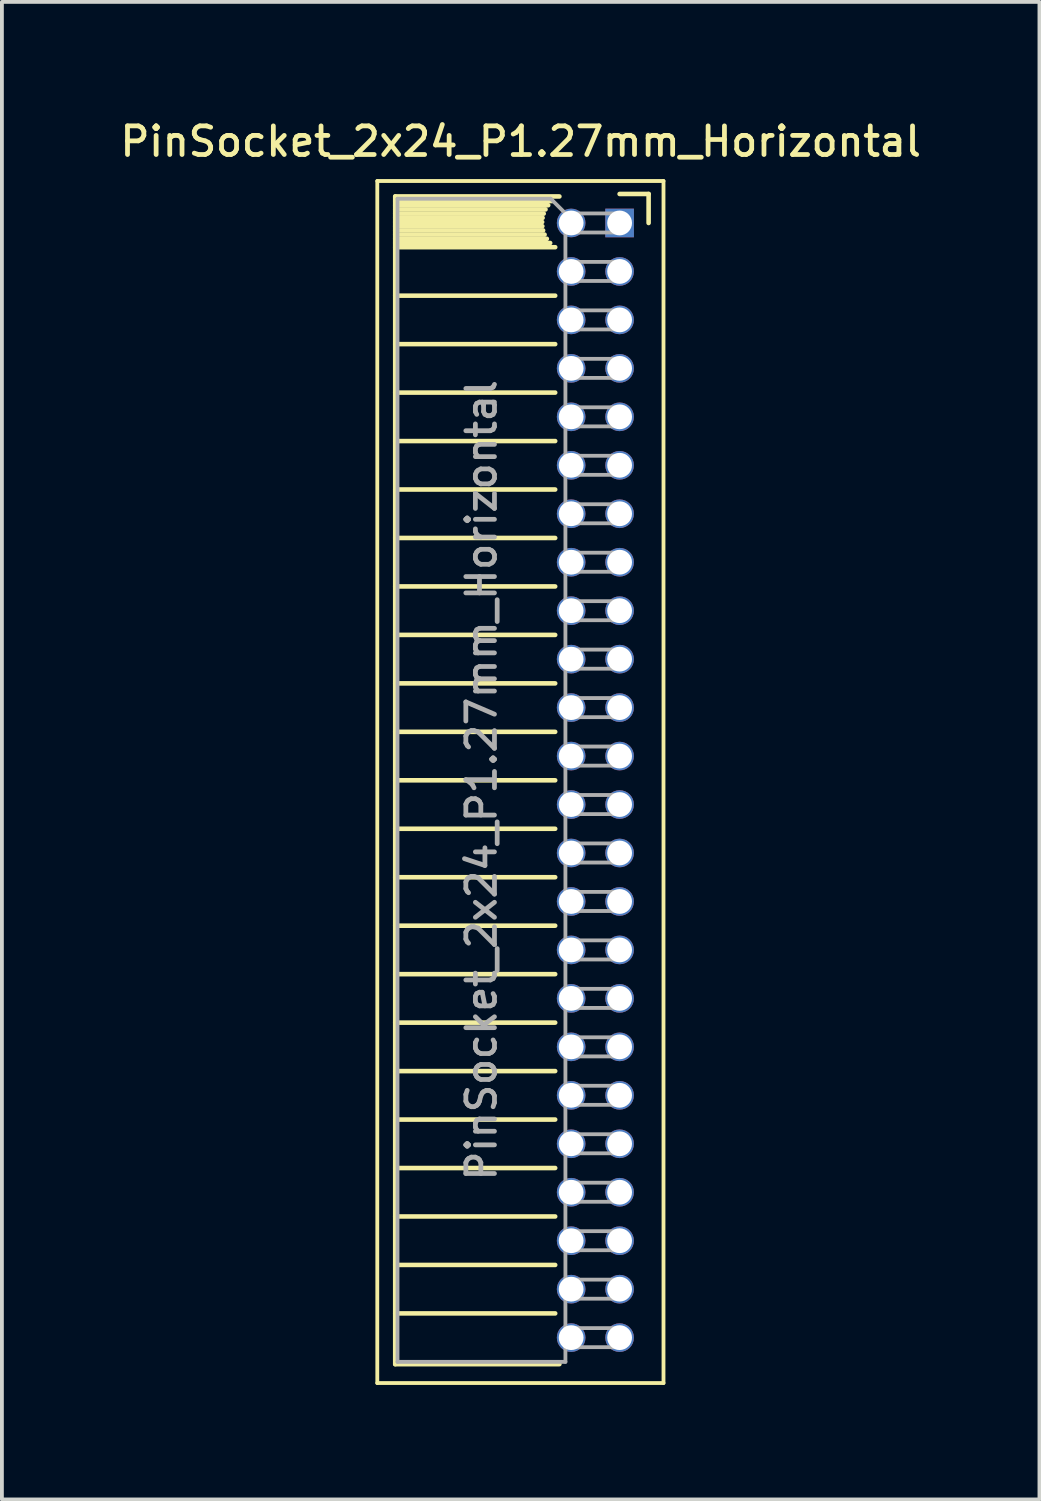
<source format=kicad_pcb>
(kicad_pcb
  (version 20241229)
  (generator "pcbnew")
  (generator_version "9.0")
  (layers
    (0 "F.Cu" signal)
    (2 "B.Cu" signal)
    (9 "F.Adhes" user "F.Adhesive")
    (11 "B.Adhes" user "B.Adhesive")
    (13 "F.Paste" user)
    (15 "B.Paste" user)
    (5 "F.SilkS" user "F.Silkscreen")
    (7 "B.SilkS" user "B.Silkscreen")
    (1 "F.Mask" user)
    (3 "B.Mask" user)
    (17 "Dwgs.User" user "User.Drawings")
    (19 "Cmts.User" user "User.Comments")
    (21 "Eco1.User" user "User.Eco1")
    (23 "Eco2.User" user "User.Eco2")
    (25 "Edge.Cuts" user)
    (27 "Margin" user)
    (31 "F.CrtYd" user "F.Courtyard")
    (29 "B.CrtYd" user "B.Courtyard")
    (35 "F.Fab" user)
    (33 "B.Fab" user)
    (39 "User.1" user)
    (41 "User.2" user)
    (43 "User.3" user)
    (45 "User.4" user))
  (footprint "PinSocket_2x24_P1.27mm_Horizontal"
    (layer "F.Cu")
    (at 13.187 2.793)
    (property "Reference" "PinSocket_2x24_P1.27mm_Horizontal" (at -2.592 -2.135 0) (layer "F.SilkS") (effects (font (size 0.75 0.75) (thickness 0.125))))
    (attr through_hole)
    (fp_line (start -6.35 -1.1) (end -6.35 30.4) (stroke (width 0.1) (type solid)) (layer "F.SilkS"))
    (fp_line (start -6.35 30.4) (end 1.15 30.4) (stroke (width 0.1) (type solid)) (layer "F.SilkS"))
    (fp_line (start -5.88 -0.695) (end -5.88 29.905) (stroke (width 0.12) (type solid)) (layer "F.SilkS"))
    (fp_line (start -5.88 -0.695) (end -1.578 -0.695) (stroke (width 0.12) (type solid)) (layer "F.SilkS"))
    (fp_line (start -5.88 -0.575) (end -1.767 -0.575) (stroke (width 0.12) (type solid)) (layer "F.SilkS"))
    (fp_line (start -5.88 -0.465) (end -1.871 -0.465) (stroke (width 0.12) (type solid)) (layer "F.SilkS"))
    (fp_line (start -5.88 -0.355) (end -1.942 -0.355) (stroke (width 0.12) (type solid)) (layer "F.SilkS"))
    (fp_line (start -5.88 -0.245) (end -1.989 -0.245) (stroke (width 0.12) (type solid)) (layer "F.SilkS"))
    (fp_line (start -5.88 -0.135) (end -2.018 -0.135) (stroke (width 0.12) (type solid)) (layer "F.SilkS"))
    (fp_line (start -5.88 -0.025) (end -2.03 -0.025) (stroke (width 0.12) (type solid)) (layer "F.SilkS"))
    (fp_line (start -5.88 0.085) (end -2.025 0.085) (stroke (width 0.12) (type solid)) (layer "F.SilkS"))
    (fp_line (start -5.88 0.195) (end -2.005 0.195) (stroke (width 0.12) (type solid)) (layer "F.SilkS"))
    (fp_line (start -5.88 0.305) (end -1.966 0.305) (stroke (width 0.12) (type solid)) (layer "F.SilkS"))
    (fp_line (start -5.88 0.415) (end -1.907 0.415) (stroke (width 0.12) (type solid)) (layer "F.SilkS"))
    (fp_line (start -5.88 0.525) (end -1.82 0.525) (stroke (width 0.12) (type solid)) (layer "F.SilkS"))
    (fp_line (start -5.88 0.635) (end -1.688 0.635) (stroke (width 0.12) (type solid)) (layer "F.SilkS"))
    (fp_line (start -5.88 1.905) (end -1.688 1.905) (stroke (width 0.12) (type solid)) (layer "F.SilkS"))
    (fp_line (start -5.88 3.175) (end -1.688 3.175) (stroke (width 0.12) (type solid)) (layer "F.SilkS"))
    (fp_line (start -5.88 4.445) (end -1.688 4.445) (stroke (width 0.12) (type solid)) (layer "F.SilkS"))
    (fp_line (start -5.88 5.715) (end -1.688 5.715) (stroke (width 0.12) (type solid)) (layer "F.SilkS"))
    (fp_line (start -5.88 6.985) (end -1.688 6.985) (stroke (width 0.12) (type solid)) (layer "F.SilkS"))
    (fp_line (start -5.88 8.255) (end -1.688 8.255) (stroke (width 0.12) (type solid)) (layer "F.SilkS"))
    (fp_line (start -5.88 9.525) (end -1.688 9.525) (stroke (width 0.12) (type solid)) (layer "F.SilkS"))
    (fp_line (start -5.88 10.795) (end -1.688 10.795) (stroke (width 0.12) (type solid)) (layer "F.SilkS"))
    (fp_line (start -5.88 12.065) (end -1.688 12.065) (stroke (width 0.12) (type solid)) (layer "F.SilkS"))
    (fp_line (start -5.88 13.335) (end -1.688 13.335) (stroke (width 0.12) (type solid)) (layer "F.SilkS"))
    (fp_line (start -5.88 14.605) (end -1.688 14.605) (stroke (width 0.12) (type solid)) (layer "F.SilkS"))
    (fp_line (start -5.88 15.875) (end -1.688 15.875) (stroke (width 0.12) (type solid)) (layer "F.SilkS"))
    (fp_line (start -5.88 17.145) (end -1.688 17.145) (stroke (width 0.12) (type solid)) (layer "F.SilkS"))
    (fp_line (start -5.88 18.415) (end -1.688 18.415) (stroke (width 0.12) (type solid)) (layer "F.SilkS"))
    (fp_line (start -5.88 19.685) (end -1.688 19.685) (stroke (width 0.12) (type solid)) (layer "F.SilkS"))
    (fp_line (start -5.88 20.955) (end -1.688 20.955) (stroke (width 0.12) (type solid)) (layer "F.SilkS"))
    (fp_line (start -5.88 22.225) (end -1.688 22.225) (stroke (width 0.12) (type solid)) (layer "F.SilkS"))
    (fp_line (start -5.88 23.495) (end -1.688 23.495) (stroke (width 0.12) (type solid)) (layer "F.SilkS"))
    (fp_line (start -5.88 24.765) (end -1.688 24.765) (stroke (width 0.12) (type solid)) (layer "F.SilkS"))
    (fp_line (start -5.88 26.035) (end -1.688 26.035) (stroke (width 0.12) (type solid)) (layer "F.SilkS"))
    (fp_line (start -5.88 27.305) (end -1.688 27.305) (stroke (width 0.12) (type solid)) (layer "F.SilkS"))
    (fp_line (start -5.88 28.575) (end -1.688 28.575) (stroke (width 0.12) (type solid)) (layer "F.SilkS"))
    (fp_line (start -5.88 29.905) (end -1.578 29.905) (stroke (width 0.12) (type solid)) (layer "F.SilkS"))
    (fp_line (start 0 -0.76) (end 0.76 -0.76) (stroke (width 0.12) (type solid)) (layer "F.SilkS"))
    (fp_line (start 0.76 -0.76) (end 0.76 0) (stroke (width 0.12) (type solid)) (layer "F.SilkS"))
    (fp_line (start 1.15 -1.1) (end -6.35 -1.1) (stroke (width 0.1) (type solid)) (layer "F.SilkS"))
    (fp_line (start 1.15 30.4) (end 1.15 -1.1) (stroke (width 0.1) (type solid)) (layer "F.SilkS"))
    (fp_line (start -5.82 -0.635) (end -1.805 -0.635) (stroke (width 0.1) (type solid)) (layer "F.Fab"))
    (fp_line (start -5.82 29.845) (end -5.82 -0.635) (stroke (width 0.1) (type solid)) (layer "F.Fab"))
    (fp_line (start -1.805 -0.635) (end -1.42 -0.25) (stroke (width 0.1) (type solid)) (layer "F.Fab"))
    (fp_line (start -1.42 -0.25) (end -1.42 29.845) (stroke (width 0.1) (type solid)) (layer "F.Fab"))
    (fp_line (start -1.42 0.25) (end 0 0.25) (stroke (width 0.1) (type solid)) (layer "F.Fab"))
    (fp_line (start -1.42 1.52) (end 0 1.52) (stroke (width 0.1) (type solid)) (layer "F.Fab"))
    (fp_line (start -1.42 2.79) (end 0 2.79) (stroke (width 0.1) (type solid)) (layer "F.Fab"))
    (fp_line (start -1.42 4.06) (end 0 4.06) (stroke (width 0.1) (type solid)) (layer "F.Fab"))
    (fp_line (start -1.42 5.33) (end 0 5.33) (stroke (width 0.1) (type solid)) (layer "F.Fab"))
    (fp_line (start -1.42 6.6) (end 0 6.6) (stroke (width 0.1) (type solid)) (layer "F.Fab"))
    (fp_line (start -1.42 7.87) (end 0 7.87) (stroke (width 0.1) (type solid)) (layer "F.Fab"))
    (fp_line (start -1.42 9.14) (end 0 9.14) (stroke (width 0.1) (type solid)) (layer "F.Fab"))
    (fp_line (start -1.42 10.41) (end 0 10.41) (stroke (width 0.1) (type solid)) (layer "F.Fab"))
    (fp_line (start -1.42 11.68) (end 0 11.68) (stroke (width 0.1) (type solid)) (layer "F.Fab"))
    (fp_line (start -1.42 12.95) (end 0 12.95) (stroke (width 0.1) (type solid)) (layer "F.Fab"))
    (fp_line (start -1.42 14.22) (end 0 14.22) (stroke (width 0.1) (type solid)) (layer "F.Fab"))
    (fp_line (start -1.42 15.49) (end 0 15.49) (stroke (width 0.1) (type solid)) (layer "F.Fab"))
    (fp_line (start -1.42 16.76) (end 0 16.76) (stroke (width 0.1) (type solid)) (layer "F.Fab"))
    (fp_line (start -1.42 18.03) (end 0 18.03) (stroke (width 0.1) (type solid)) (layer "F.Fab"))
    (fp_line (start -1.42 19.3) (end 0 19.3) (stroke (width 0.1) (type solid)) (layer "F.Fab"))
    (fp_line (start -1.42 20.57) (end 0 20.57) (stroke (width 0.1) (type solid)) (layer "F.Fab"))
    (fp_line (start -1.42 21.84) (end 0 21.84) (stroke (width 0.1) (type solid)) (layer "F.Fab"))
    (fp_line (start -1.42 23.11) (end 0 23.11) (stroke (width 0.1) (type solid)) (layer "F.Fab"))
    (fp_line (start -1.42 24.38) (end 0 24.38) (stroke (width 0.1) (type solid)) (layer "F.Fab"))
    (fp_line (start -1.42 25.65) (end 0 25.65) (stroke (width 0.1) (type solid)) (layer "F.Fab"))
    (fp_line (start -1.42 26.92) (end 0 26.92) (stroke (width 0.1) (type solid)) (layer "F.Fab"))
    (fp_line (start -1.42 28.19) (end 0 28.19) (stroke (width 0.1) (type solid)) (layer "F.Fab"))
    (fp_line (start -1.42 29.46) (end 0 29.46) (stroke (width 0.1) (type solid)) (layer "F.Fab"))
    (fp_line (start -1.42 29.845) (end -5.82 29.845) (stroke (width 0.1) (type solid)) (layer "F.Fab"))
    (fp_line (start 0 -0.25) (end -1.42 -0.25) (stroke (width 0.1) (type solid)) (layer "F.Fab"))
    (fp_line (start 0 0.25) (end 0 -0.25) (stroke (width 0.1) (type solid)) (layer "F.Fab"))
    (fp_line (start 0 1.02) (end -1.42 1.02) (stroke (width 0.1) (type solid)) (layer "F.Fab"))
    (fp_line (start 0 1.52) (end 0 1.02) (stroke (width 0.1) (type solid)) (layer "F.Fab"))
    (fp_line (start 0 2.29) (end -1.42 2.29) (stroke (width 0.1) (type solid)) (layer "F.Fab"))
    (fp_line (start 0 2.79) (end 0 2.29) (stroke (width 0.1) (type solid)) (layer "F.Fab"))
    (fp_line (start 0 3.56) (end -1.42 3.56) (stroke (width 0.1) (type solid)) (layer "F.Fab"))
    (fp_line (start 0 4.06) (end 0 3.56) (stroke (width 0.1) (type solid)) (layer "F.Fab"))
    (fp_line (start 0 4.83) (end -1.42 4.83) (stroke (width 0.1) (type solid)) (layer "F.Fab"))
    (fp_line (start 0 5.33) (end 0 4.83) (stroke (width 0.1) (type solid)) (layer "F.Fab"))
    (fp_line (start 0 6.1) (end -1.42 6.1) (stroke (width 0.1) (type solid)) (layer "F.Fab"))
    (fp_line (start 0 6.6) (end 0 6.1) (stroke (width 0.1) (type solid)) (layer "F.Fab"))
    (fp_line (start 0 7.37) (end -1.42 7.37) (stroke (width 0.1) (type solid)) (layer "F.Fab"))
    (fp_line (start 0 7.87) (end 0 7.37) (stroke (width 0.1) (type solid)) (layer "F.Fab"))
    (fp_line (start 0 8.64) (end -1.42 8.64) (stroke (width 0.1) (type solid)) (layer "F.Fab"))
    (fp_line (start 0 9.14) (end 0 8.64) (stroke (width 0.1) (type solid)) (layer "F.Fab"))
    (fp_line (start 0 9.91) (end -1.42 9.91) (stroke (width 0.1) (type solid)) (layer "F.Fab"))
    (fp_line (start 0 10.41) (end 0 9.91) (stroke (width 0.1) (type solid)) (layer "F.Fab"))
    (fp_line (start 0 11.18) (end -1.42 11.18) (stroke (width 0.1) (type solid)) (layer "F.Fab"))
    (fp_line (start 0 11.68) (end 0 11.18) (stroke (width 0.1) (type solid)) (layer "F.Fab"))
    (fp_line (start 0 12.45) (end -1.42 12.45) (stroke (width 0.1) (type solid)) (layer "F.Fab"))
    (fp_line (start 0 12.95) (end 0 12.45) (stroke (width 0.1) (type solid)) (layer "F.Fab"))
    (fp_line (start 0 13.72) (end -1.42 13.72) (stroke (width 0.1) (type solid)) (layer "F.Fab"))
    (fp_line (start 0 14.22) (end 0 13.72) (stroke (width 0.1) (type solid)) (layer "F.Fab"))
    (fp_line (start 0 14.99) (end -1.42 14.99) (stroke (width 0.1) (type solid)) (layer "F.Fab"))
    (fp_line (start 0 15.49) (end 0 14.99) (stroke (width 0.1) (type solid)) (layer "F.Fab"))
    (fp_line (start 0 16.26) (end -1.42 16.26) (stroke (width 0.1) (type solid)) (layer "F.Fab"))
    (fp_line (start 0 16.76) (end 0 16.26) (stroke (width 0.1) (type solid)) (layer "F.Fab"))
    (fp_line (start 0 17.53) (end -1.42 17.53) (stroke (width 0.1) (type solid)) (layer "F.Fab"))
    (fp_line (start 0 18.03) (end 0 17.53) (stroke (width 0.1) (type solid)) (layer "F.Fab"))
    (fp_line (start 0 18.8) (end -1.42 18.8) (stroke (width 0.1) (type solid)) (layer "F.Fab"))
    (fp_line (start 0 19.3) (end 0 18.8) (stroke (width 0.1) (type solid)) (layer "F.Fab"))
    (fp_line (start 0 20.07) (end -1.42 20.07) (stroke (width 0.1) (type solid)) (layer "F.Fab"))
    (fp_line (start 0 20.57) (end 0 20.07) (stroke (width 0.1) (type solid)) (layer "F.Fab"))
    (fp_line (start 0 21.34) (end -1.42 21.34) (stroke (width 0.1) (type solid)) (layer "F.Fab"))
    (fp_line (start 0 21.84) (end 0 21.34) (stroke (width 0.1) (type solid)) (layer "F.Fab"))
    (fp_line (start 0 22.61) (end -1.42 22.61) (stroke (width 0.1) (type solid)) (layer "F.Fab"))
    (fp_line (start 0 23.11) (end 0 22.61) (stroke (width 0.1) (type solid)) (layer "F.Fab"))
    (fp_line (start 0 23.88) (end -1.42 23.88) (stroke (width 0.1) (type solid)) (layer "F.Fab"))
    (fp_line (start 0 24.38) (end 0 23.88) (stroke (width 0.1) (type solid)) (layer "F.Fab"))
    (fp_line (start 0 25.15) (end -1.42 25.15) (stroke (width 0.1) (type solid)) (layer "F.Fab"))
    (fp_line (start 0 25.65) (end 0 25.15) (stroke (width 0.1) (type solid)) (layer "F.Fab"))
    (fp_line (start 0 26.42) (end -1.42 26.42) (stroke (width 0.1) (type solid)) (layer "F.Fab"))
    (fp_line (start 0 26.92) (end 0 26.42) (stroke (width 0.1) (type solid)) (layer "F.Fab"))
    (fp_line (start 0 27.69) (end -1.42 27.69) (stroke (width 0.1) (type solid)) (layer "F.Fab"))
    (fp_line (start 0 28.19) (end 0 27.69) (stroke (width 0.1) (type solid)) (layer "F.Fab"))
    (fp_line (start 0 28.96) (end -1.42 28.96) (stroke (width 0.1) (type solid)) (layer "F.Fab"))
    (fp_line (start 0 29.46) (end 0 28.96) (stroke (width 0.1) (type solid)) (layer "F.Fab"))
    (fp_text user "${REFERENCE}" (at -3.62 14.605 90) (layer "F.Fab") (effects (font (size 0.75 0.75) (thickness 0.125))))
    (pad "1" thru_hole rect (at 0 0) (size 0.75 0.75) (drill 0.65) (layers "*.Cu" "*.Mask"))
    (pad "2" thru_hole oval (at -1.27 0) (size 0.75 0.75) (drill 0.65) (layers "*.Cu" "*.Mask"))
    (pad "3" thru_hole oval (at 0 1.27) (size 0.75 0.75) (drill 0.65) (layers "*.Cu" "*.Mask"))
    (pad "4" thru_hole oval (at -1.27 1.27) (size 0.75 0.75) (drill 0.65) (layers "*.Cu" "*.Mask"))
    (pad "5" thru_hole oval (at 0 2.54) (size 0.75 0.75) (drill 0.65) (layers "*.Cu" "*.Mask"))
    (pad "6" thru_hole oval (at -1.27 2.54) (size 0.75 0.75) (drill 0.65) (layers "*.Cu" "*.Mask"))
    (pad "7" thru_hole oval (at 0 3.81) (size 0.75 0.75) (drill 0.65) (layers "*.Cu" "*.Mask"))
    (pad "8" thru_hole oval (at -1.27 3.81) (size 0.75 0.75) (drill 0.65) (layers "*.Cu" "*.Mask"))
    (pad "9" thru_hole oval (at 0 5.08) (size 0.75 0.75) (drill 0.65) (layers "*.Cu" "*.Mask"))
    (pad "10" thru_hole oval (at -1.27 5.08) (size 0.75 0.75) (drill 0.65) (layers "*.Cu" "*.Mask"))
    (pad "11" thru_hole oval (at 0 6.35) (size 0.75 0.75) (drill 0.65) (layers "*.Cu" "*.Mask"))
    (pad "12" thru_hole oval (at -1.27 6.35) (size 0.75 0.75) (drill 0.65) (layers "*.Cu" "*.Mask"))
    (pad "13" thru_hole oval (at 0 7.62) (size 0.75 0.75) (drill 0.65) (layers "*.Cu" "*.Mask"))
    (pad "14" thru_hole oval (at -1.27 7.62) (size 0.75 0.75) (drill 0.65) (layers "*.Cu" "*.Mask"))
    (pad "15" thru_hole oval (at 0 8.89) (size 0.75 0.75) (drill 0.65) (layers "*.Cu" "*.Mask"))
    (pad "16" thru_hole oval (at -1.27 8.89) (size 0.75 0.75) (drill 0.65) (layers "*.Cu" "*.Mask"))
    (pad "17" thru_hole oval (at 0 10.16) (size 0.75 0.75) (drill 0.65) (layers "*.Cu" "*.Mask"))
    (pad "18" thru_hole oval (at -1.27 10.16) (size 0.75 0.75) (drill 0.65) (layers "*.Cu" "*.Mask"))
    (pad "19" thru_hole oval (at 0 11.43) (size 0.75 0.75) (drill 0.65) (layers "*.Cu" "*.Mask"))
    (pad "20" thru_hole oval (at -1.27 11.43) (size 0.75 0.75) (drill 0.65) (layers "*.Cu" "*.Mask"))
    (pad "21" thru_hole oval (at 0 12.7) (size 0.75 0.75) (drill 0.65) (layers "*.Cu" "*.Mask"))
    (pad "22" thru_hole oval (at -1.27 12.7) (size 0.75 0.75) (drill 0.65) (layers "*.Cu" "*.Mask"))
    (pad "23" thru_hole oval (at 0 13.97) (size 0.75 0.75) (drill 0.65) (layers "*.Cu" "*.Mask"))
    (pad "24" thru_hole oval (at -1.27 13.97) (size 0.75 0.75) (drill 0.65) (layers "*.Cu" "*.Mask"))
    (pad "25" thru_hole oval (at 0 15.24) (size 0.75 0.75) (drill 0.65) (layers "*.Cu" "*.Mask"))
    (pad "26" thru_hole oval (at -1.27 15.24) (size 0.75 0.75) (drill 0.65) (layers "*.Cu" "*.Mask"))
    (pad "27" thru_hole oval (at 0 16.51) (size 0.75 0.75) (drill 0.65) (layers "*.Cu" "*.Mask"))
    (pad "28" thru_hole oval (at -1.27 16.51) (size 0.75 0.75) (drill 0.65) (layers "*.Cu" "*.Mask"))
    (pad "29" thru_hole oval (at 0 17.78) (size 0.75 0.75) (drill 0.65) (layers "*.Cu" "*.Mask"))
    (pad "30" thru_hole oval (at -1.27 17.78) (size 0.75 0.75) (drill 0.65) (layers "*.Cu" "*.Mask"))
    (pad "31" thru_hole oval (at 0 19.05) (size 0.75 0.75) (drill 0.65) (layers "*.Cu" "*.Mask"))
    (pad "32" thru_hole oval (at -1.27 19.05) (size 0.75 0.75) (drill 0.65) (layers "*.Cu" "*.Mask"))
    (pad "33" thru_hole oval (at 0 20.32) (size 0.75 0.75) (drill 0.65) (layers "*.Cu" "*.Mask"))
    (pad "34" thru_hole oval (at -1.27 20.32) (size 0.75 0.75) (drill 0.65) (layers "*.Cu" "*.Mask"))
    (pad "35" thru_hole oval (at 0 21.59) (size 0.75 0.75) (drill 0.65) (layers "*.Cu" "*.Mask"))
    (pad "36" thru_hole oval (at -1.27 21.59) (size 0.75 0.75) (drill 0.65) (layers "*.Cu" "*.Mask"))
    (pad "37" thru_hole oval (at 0 22.86) (size 0.75 0.75) (drill 0.65) (layers "*.Cu" "*.Mask"))
    (pad "38" thru_hole oval (at -1.27 22.86) (size 0.75 0.75) (drill 0.65) (layers "*.Cu" "*.Mask"))
    (pad "39" thru_hole oval (at 0 24.13) (size 0.75 0.75) (drill 0.65) (layers "*.Cu" "*.Mask"))
    (pad "40" thru_hole oval (at -1.27 24.13) (size 0.75 0.75) (drill 0.65) (layers "*.Cu" "*.Mask"))
    (pad "41" thru_hole oval (at 0 25.4) (size 0.75 0.75) (drill 0.65) (layers "*.Cu" "*.Mask"))
    (pad "42" thru_hole oval (at -1.27 25.4) (size 0.75 0.75) (drill 0.65) (layers "*.Cu" "*.Mask"))
    (pad "43" thru_hole oval (at 0 26.67) (size 0.75 0.75) (drill 0.65) (layers "*.Cu" "*.Mask"))
    (pad "44" thru_hole oval (at -1.27 26.67) (size 0.75 0.75) (drill 0.65) (layers "*.Cu" "*.Mask"))
    (pad "45" thru_hole oval (at 0 27.94) (size 0.75 0.75) (drill 0.65) (layers "*.Cu" "*.Mask"))
    (pad "46" thru_hole oval (at -1.27 27.94) (size 0.75 0.75) (drill 0.65) (layers "*.Cu" "*.Mask"))
    (pad "47" thru_hole oval (at 0 29.21) (size 0.75 0.75) (drill 0.65) (layers "*.Cu" "*.Mask"))
    (pad "48" thru_hole oval (at -1.27 29.21) (size 0.75 0.75) (drill 0.65) (layers "*.Cu" "*.Mask")))
  (gr_rect
    (start -3 -3)
    (end 24.189 36.243)
    (stroke (width 0.1) (type default))
    (fill no)
    (layer "Edge.Cuts")))
</source>
